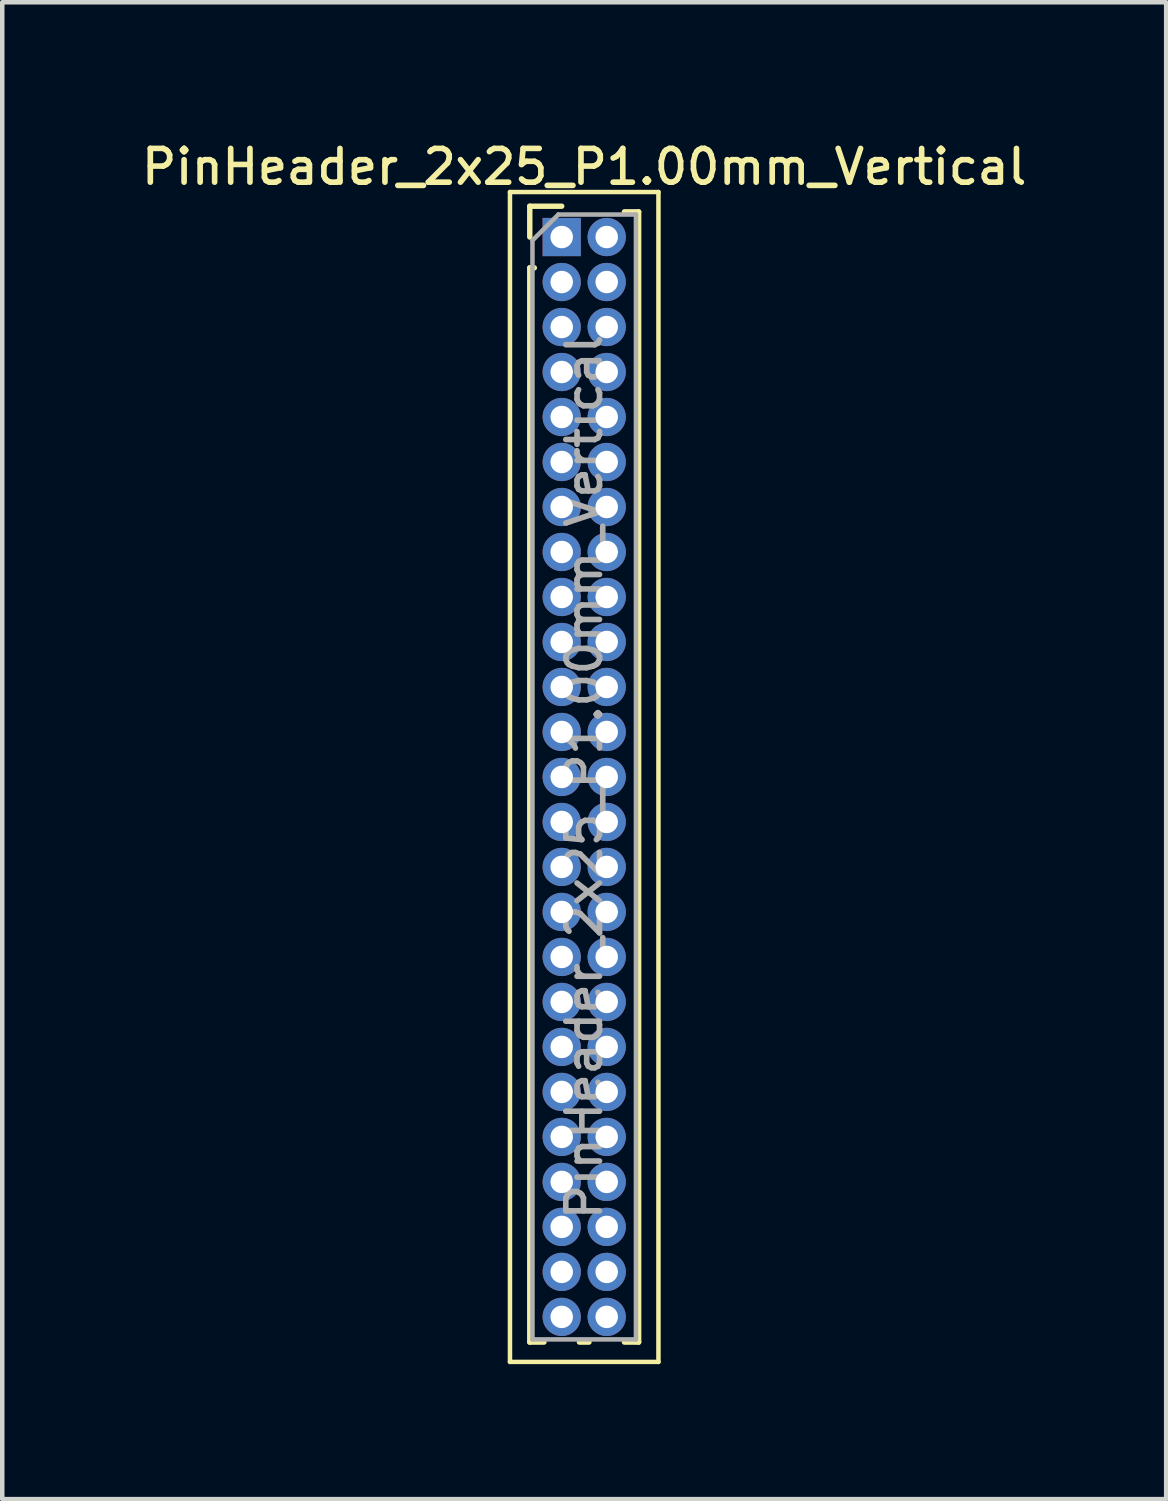
<source format=kicad_pcb>
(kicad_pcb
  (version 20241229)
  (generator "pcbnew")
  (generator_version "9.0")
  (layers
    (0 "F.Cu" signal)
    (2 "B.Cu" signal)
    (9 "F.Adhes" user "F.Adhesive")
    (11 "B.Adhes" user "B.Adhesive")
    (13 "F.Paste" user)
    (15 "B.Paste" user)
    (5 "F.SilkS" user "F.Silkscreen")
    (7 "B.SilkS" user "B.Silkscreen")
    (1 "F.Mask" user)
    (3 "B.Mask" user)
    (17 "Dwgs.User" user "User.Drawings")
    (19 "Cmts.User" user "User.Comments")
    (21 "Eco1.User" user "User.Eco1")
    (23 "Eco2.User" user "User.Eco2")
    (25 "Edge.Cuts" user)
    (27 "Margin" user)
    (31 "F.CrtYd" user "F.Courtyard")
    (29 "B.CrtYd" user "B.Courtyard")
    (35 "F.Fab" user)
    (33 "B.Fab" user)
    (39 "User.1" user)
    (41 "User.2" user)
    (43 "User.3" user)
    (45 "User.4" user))
  (footprint "PinHeader_2x25_P1.00mm_Vertical"
    (layer "F.Cu")
    (at 9.434 2.218)
    (property "Reference" "PinHeader_2x25_P1.00mm_Vertical" (at 0.5 -1.56 0) (layer "F.SilkS") (effects (font (size 0.75 0.75) (thickness 0.125))))
    (attr through_hole)
    (fp_line (start -1.15 -1) (end -1.15 25) (stroke (width 0.1) (type solid)) (layer "F.SilkS"))
    (fp_line (start -1.15 25) (end 2.15 25) (stroke (width 0.1) (type solid)) (layer "F.SilkS"))
    (fp_line (start -0.71 -0.685) (end 0 -0.685) (stroke (width 0.12) (type solid)) (layer "F.SilkS"))
    (fp_line (start -0.71 0) (end -0.71 -0.685) (stroke (width 0.12) (type solid)) (layer "F.SilkS"))
    (fp_line (start -0.71 0.685) (end -0.71 24.56) (stroke (width 0.12) (type solid)) (layer "F.SilkS"))
    (fp_line (start -0.71 0.685) (end -0.608 0.685) (stroke (width 0.12) (type solid)) (layer "F.SilkS"))
    (fp_line (start -0.71 24.56) (end -0.394 24.56) (stroke (width 0.12) (type solid)) (layer "F.SilkS"))
    (fp_line (start 0.394 24.56) (end 0.606 24.56) (stroke (width 0.12) (type solid)) (layer "F.SilkS"))
    (fp_line (start 1.394 -0.56) (end 1.71 -0.56) (stroke (width 0.12) (type solid)) (layer "F.SilkS"))
    (fp_line (start 1.394 24.56) (end 1.71 24.56) (stroke (width 0.12) (type solid)) (layer "F.SilkS"))
    (fp_line (start 1.71 -0.56) (end 1.71 24.56) (stroke (width 0.12) (type solid)) (layer "F.SilkS"))
    (fp_line (start 2.15 -1) (end -1.15 -1) (stroke (width 0.1) (type solid)) (layer "F.SilkS"))
    (fp_line (start 2.15 25) (end 2.15 -1) (stroke (width 0.1) (type solid)) (layer "F.SilkS"))
    (fp_line (start -0.65 0.075) (end -0.075 -0.5) (stroke (width 0.1) (type solid)) (layer "F.Fab"))
    (fp_line (start -0.65 24.5) (end -0.65 0.075) (stroke (width 0.1) (type solid)) (layer "F.Fab"))
    (fp_line (start -0.075 -0.5) (end 1.65 -0.5) (stroke (width 0.1) (type solid)) (layer "F.Fab"))
    (fp_line (start 1.65 -0.5) (end 1.65 24.5) (stroke (width 0.1) (type solid)) (layer "F.Fab"))
    (fp_line (start 1.65 24.5) (end -0.65 24.5) (stroke (width 0.1) (type solid)) (layer "F.Fab"))
    (fp_text user "${REFERENCE}" (at 0.5 12 90) (layer "F.Fab") (effects (font (size 0.75 0.75) (thickness 0.125))))
    (pad "1" thru_hole rect (at 0 0) (size 0.85 0.85) (drill 0.5) (layers "*.Cu" "*.Mask"))
    (pad "2" thru_hole oval (at 1 0) (size 0.85 0.85) (drill 0.5) (layers "*.Cu" "*.Mask"))
    (pad "3" thru_hole oval (at 0 1) (size 0.85 0.85) (drill 0.5) (layers "*.Cu" "*.Mask"))
    (pad "4" thru_hole oval (at 1 1) (size 0.85 0.85) (drill 0.5) (layers "*.Cu" "*.Mask"))
    (pad "5" thru_hole oval (at 0 2) (size 0.85 0.85) (drill 0.5) (layers "*.Cu" "*.Mask"))
    (pad "6" thru_hole oval (at 1 2) (size 0.85 0.85) (drill 0.5) (layers "*.Cu" "*.Mask"))
    (pad "7" thru_hole oval (at 0 3) (size 0.85 0.85) (drill 0.5) (layers "*.Cu" "*.Mask"))
    (pad "8" thru_hole oval (at 1 3) (size 0.85 0.85) (drill 0.5) (layers "*.Cu" "*.Mask"))
    (pad "9" thru_hole oval (at 0 4) (size 0.85 0.85) (drill 0.5) (layers "*.Cu" "*.Mask"))
    (pad "10" thru_hole oval (at 1 4) (size 0.85 0.85) (drill 0.5) (layers "*.Cu" "*.Mask"))
    (pad "11" thru_hole oval (at 0 5) (size 0.85 0.85) (drill 0.5) (layers "*.Cu" "*.Mask"))
    (pad "12" thru_hole oval (at 1 5) (size 0.85 0.85) (drill 0.5) (layers "*.Cu" "*.Mask"))
    (pad "13" thru_hole oval (at 0 6) (size 0.85 0.85) (drill 0.5) (layers "*.Cu" "*.Mask"))
    (pad "14" thru_hole oval (at 1 6) (size 0.85 0.85) (drill 0.5) (layers "*.Cu" "*.Mask"))
    (pad "15" thru_hole oval (at 0 7) (size 0.85 0.85) (drill 0.5) (layers "*.Cu" "*.Mask"))
    (pad "16" thru_hole oval (at 1 7) (size 0.85 0.85) (drill 0.5) (layers "*.Cu" "*.Mask"))
    (pad "17" thru_hole oval (at 0 8) (size 0.85 0.85) (drill 0.5) (layers "*.Cu" "*.Mask"))
    (pad "18" thru_hole oval (at 1 8) (size 0.85 0.85) (drill 0.5) (layers "*.Cu" "*.Mask"))
    (pad "19" thru_hole oval (at 0 9) (size 0.85 0.85) (drill 0.5) (layers "*.Cu" "*.Mask"))
    (pad "20" thru_hole oval (at 1 9) (size 0.85 0.85) (drill 0.5) (layers "*.Cu" "*.Mask"))
    (pad "21" thru_hole oval (at 0 10) (size 0.85 0.85) (drill 0.5) (layers "*.Cu" "*.Mask"))
    (pad "22" thru_hole oval (at 1 10) (size 0.85 0.85) (drill 0.5) (layers "*.Cu" "*.Mask"))
    (pad "23" thru_hole oval (at 0 11) (size 0.85 0.85) (drill 0.5) (layers "*.Cu" "*.Mask"))
    (pad "24" thru_hole oval (at 1 11) (size 0.85 0.85) (drill 0.5) (layers "*.Cu" "*.Mask"))
    (pad "25" thru_hole oval (at 0 12) (size 0.85 0.85) (drill 0.5) (layers "*.Cu" "*.Mask"))
    (pad "26" thru_hole oval (at 1 12) (size 0.85 0.85) (drill 0.5) (layers "*.Cu" "*.Mask"))
    (pad "27" thru_hole oval (at 0 13) (size 0.85 0.85) (drill 0.5) (layers "*.Cu" "*.Mask"))
    (pad "28" thru_hole oval (at 1 13) (size 0.85 0.85) (drill 0.5) (layers "*.Cu" "*.Mask"))
    (pad "29" thru_hole oval (at 0 14) (size 0.85 0.85) (drill 0.5) (layers "*.Cu" "*.Mask"))
    (pad "30" thru_hole oval (at 1 14) (size 0.85 0.85) (drill 0.5) (layers "*.Cu" "*.Mask"))
    (pad "31" thru_hole oval (at 0 15) (size 0.85 0.85) (drill 0.5) (layers "*.Cu" "*.Mask"))
    (pad "32" thru_hole oval (at 1 15) (size 0.85 0.85) (drill 0.5) (layers "*.Cu" "*.Mask"))
    (pad "33" thru_hole oval (at 0 16) (size 0.85 0.85) (drill 0.5) (layers "*.Cu" "*.Mask"))
    (pad "34" thru_hole oval (at 1 16) (size 0.85 0.85) (drill 0.5) (layers "*.Cu" "*.Mask"))
    (pad "35" thru_hole oval (at 0 17) (size 0.85 0.85) (drill 0.5) (layers "*.Cu" "*.Mask"))
    (pad "36" thru_hole oval (at 1 17) (size 0.85 0.85) (drill 0.5) (layers "*.Cu" "*.Mask"))
    (pad "37" thru_hole oval (at 0 18) (size 0.85 0.85) (drill 0.5) (layers "*.Cu" "*.Mask"))
    (pad "38" thru_hole oval (at 1 18) (size 0.85 0.85) (drill 0.5) (layers "*.Cu" "*.Mask"))
    (pad "39" thru_hole oval (at 0 19) (size 0.85 0.85) (drill 0.5) (layers "*.Cu" "*.Mask"))
    (pad "40" thru_hole oval (at 1 19) (size 0.85 0.85) (drill 0.5) (layers "*.Cu" "*.Mask"))
    (pad "41" thru_hole oval (at 0 20) (size 0.85 0.85) (drill 0.5) (layers "*.Cu" "*.Mask"))
    (pad "42" thru_hole oval (at 1 20) (size 0.85 0.85) (drill 0.5) (layers "*.Cu" "*.Mask"))
    (pad "43" thru_hole oval (at 0 21) (size 0.85 0.85) (drill 0.5) (layers "*.Cu" "*.Mask"))
    (pad "44" thru_hole oval (at 1 21) (size 0.85 0.85) (drill 0.5) (layers "*.Cu" "*.Mask"))
    (pad "45" thru_hole oval (at 0 22) (size 0.85 0.85) (drill 0.5) (layers "*.Cu" "*.Mask"))
    (pad "46" thru_hole oval (at 1 22) (size 0.85 0.85) (drill 0.5) (layers "*.Cu" "*.Mask"))
    (pad "47" thru_hole oval (at 0 23) (size 0.85 0.85) (drill 0.5) (layers "*.Cu" "*.Mask"))
    (pad "48" thru_hole oval (at 1 23) (size 0.85 0.85) (drill 0.5) (layers "*.Cu" "*.Mask"))
    (pad "49" thru_hole oval (at 0 24) (size 0.85 0.85) (drill 0.5) (layers "*.Cu" "*.Mask"))
    (pad "50" thru_hole oval (at 1 24) (size 0.85 0.85) (drill 0.5) (layers "*.Cu" "*.Mask")))
  (gr_rect
    (start -3 -3)
    (end 22.868 30.268)
    (stroke (width 0.1) (type default))
    (fill no)
    (layer "Edge.Cuts")))
</source>
